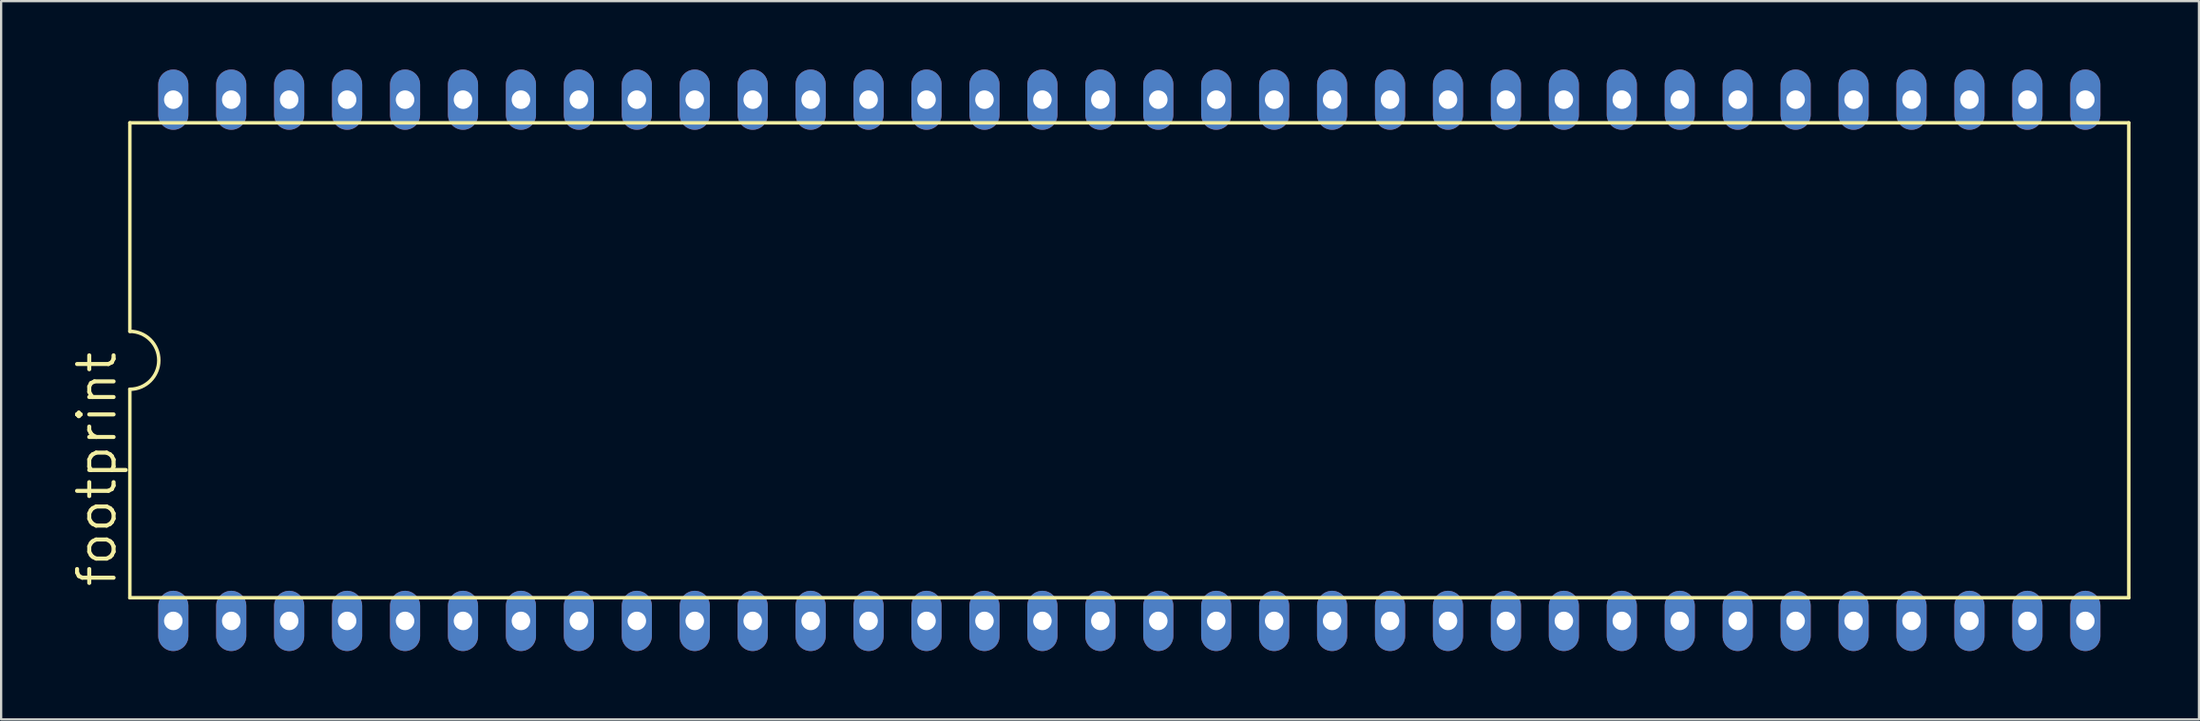
<source format=kicad_pcb>
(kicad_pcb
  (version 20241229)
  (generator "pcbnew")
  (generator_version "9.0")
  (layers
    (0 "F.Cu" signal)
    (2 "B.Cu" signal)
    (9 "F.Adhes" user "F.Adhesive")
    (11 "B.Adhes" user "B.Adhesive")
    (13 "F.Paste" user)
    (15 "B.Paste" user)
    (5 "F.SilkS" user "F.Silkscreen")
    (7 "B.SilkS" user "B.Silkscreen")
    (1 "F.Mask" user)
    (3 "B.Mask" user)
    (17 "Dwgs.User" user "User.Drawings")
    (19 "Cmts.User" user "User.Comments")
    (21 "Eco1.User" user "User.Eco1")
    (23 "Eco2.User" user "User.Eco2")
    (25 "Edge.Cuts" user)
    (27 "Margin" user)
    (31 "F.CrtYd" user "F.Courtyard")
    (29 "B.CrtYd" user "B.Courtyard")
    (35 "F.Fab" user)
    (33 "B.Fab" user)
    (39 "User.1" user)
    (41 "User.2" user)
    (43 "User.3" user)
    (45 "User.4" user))
  (footprint "footprint"
    (layer "F.Cu")
    (at 46.457 12.751)
    (property "Reference" "footprint" (at -44.323 10.033 90) (layer "F.SilkS") (effects (font (size 1.6 1.6) (thickness 0.178)) (justify left bottom)))
    (fp_line (start -43.815 -10.414) (end -43.815 -1.27) (stroke (width 0.152) (type solid)) (layer "F.SilkS"))
    (fp_line (start -43.815 -10.414) (end 43.815 -10.414) (stroke (width 0.152) (type solid)) (layer "F.SilkS"))
    (fp_line (start -43.815 1.27) (end -43.815 10.414) (stroke (width 0.152) (type solid)) (layer "F.SilkS"))
    (fp_line (start -43.815 10.414) (end 43.815 10.414) (stroke (width 0.152) (type solid)) (layer "F.SilkS"))
    (fp_line (start 43.815 10.414) (end 43.815 -10.414) (stroke (width 0.152) (type solid)) (layer "F.SilkS"))
    (fp_arc (start -43.815 -1.27) (mid -42.545 0) (end -43.815 1.27) (stroke (width 0.1524) (type solid)) (layer "F.SilkS"))
    (pad "1" thru_hole oval (at -41.91 11.43 90) (size 2.642 1.321) (drill 0.813) (layers "*.Cu" "*.Mask"))
    (pad "2" thru_hole oval (at -39.37 11.43 90) (size 2.642 1.321) (drill 0.813) (layers "*.Cu" "*.Mask"))
    (pad "3" thru_hole oval (at -36.83 11.43 90) (size 2.642 1.321) (drill 0.813) (layers "*.Cu" "*.Mask"))
    (pad "4" thru_hole oval (at -34.29 11.43 90) (size 2.642 1.321) (drill 0.813) (layers "*.Cu" "*.Mask"))
    (pad "5" thru_hole oval (at -31.75 11.43 90) (size 2.642 1.321) (drill 0.813) (layers "*.Cu" "*.Mask"))
    (pad "6" thru_hole oval (at -29.21 11.43 90) (size 2.642 1.321) (drill 0.813) (layers "*.Cu" "*.Mask"))
    (pad "7" thru_hole oval (at -26.67 11.43 90) (size 2.642 1.321) (drill 0.813) (layers "*.Cu" "*.Mask"))
    (pad "8" thru_hole oval (at -24.13 11.43 90) (size 2.642 1.321) (drill 0.813) (layers "*.Cu" "*.Mask"))
    (pad "9" thru_hole oval (at -21.59 11.43 90) (size 2.642 1.321) (drill 0.813) (layers "*.Cu" "*.Mask"))
    (pad "10" thru_hole oval (at -19.05 11.43 90) (size 2.642 1.321) (drill 0.813) (layers "*.Cu" "*.Mask"))
    (pad "11" thru_hole oval (at -16.51 11.43 90) (size 2.642 1.321) (drill 0.813) (layers "*.Cu" "*.Mask"))
    (pad "12" thru_hole oval (at -13.97 11.43 90) (size 2.642 1.321) (drill 0.813) (layers "*.Cu" "*.Mask"))
    (pad "13" thru_hole oval (at -11.43 11.43 90) (size 2.642 1.321) (drill 0.813) (layers "*.Cu" "*.Mask"))
    (pad "14" thru_hole oval (at -8.89 11.43 90) (size 2.642 1.321) (drill 0.813) (layers "*.Cu" "*.Mask"))
    (pad "15" thru_hole oval (at -6.35 11.43 90) (size 2.642 1.321) (drill 0.813) (layers "*.Cu" "*.Mask"))
    (pad "16" thru_hole oval (at -3.81 11.43 90) (size 2.642 1.321) (drill 0.813) (layers "*.Cu" "*.Mask"))
    (pad "17" thru_hole oval (at -1.27 11.43 90) (size 2.642 1.321) (drill 0.813) (layers "*.Cu" "*.Mask"))
    (pad "18" thru_hole oval (at 1.27 11.43 90) (size 2.642 1.321) (drill 0.813) (layers "*.Cu" "*.Mask"))
    (pad "19" thru_hole oval (at 3.81 11.43 90) (size 2.642 1.321) (drill 0.813) (layers "*.Cu" "*.Mask"))
    (pad "20" thru_hole oval (at 6.35 11.43 90) (size 2.642 1.321) (drill 0.813) (layers "*.Cu" "*.Mask"))
    (pad "21" thru_hole oval (at 8.89 11.43 90) (size 2.642 1.321) (drill 0.813) (layers "*.Cu" "*.Mask"))
    (pad "22" thru_hole oval (at 11.43 11.43 90) (size 2.642 1.321) (drill 0.813) (layers "*.Cu" "*.Mask"))
    (pad "23" thru_hole oval (at 13.97 11.43 90) (size 2.642 1.321) (drill 0.813) (layers "*.Cu" "*.Mask"))
    (pad "24" thru_hole oval (at 16.51 11.43 90) (size 2.642 1.321) (drill 0.813) (layers "*.Cu" "*.Mask"))
    (pad "25" thru_hole oval (at 19.05 11.43 90) (size 2.642 1.321) (drill 0.813) (layers "*.Cu" "*.Mask"))
    (pad "26" thru_hole oval (at 21.59 11.43 90) (size 2.642 1.321) (drill 0.813) (layers "*.Cu" "*.Mask"))
    (pad "27" thru_hole oval (at 24.13 11.43 90) (size 2.642 1.321) (drill 0.813) (layers "*.Cu" "*.Mask"))
    (pad "28" thru_hole oval (at 26.67 11.43 90) (size 2.642 1.321) (drill 0.813) (layers "*.Cu" "*.Mask"))
    (pad "29" thru_hole oval (at 29.21 11.43 90) (size 2.642 1.321) (drill 0.813) (layers "*.Cu" "*.Mask"))
    (pad "30" thru_hole oval (at 31.75 11.43 90) (size 2.642 1.321) (drill 0.813) (layers "*.Cu" "*.Mask"))
    (pad "31" thru_hole oval (at 34.29 11.43 90) (size 2.642 1.321) (drill 0.813) (layers "*.Cu" "*.Mask"))
    (pad "32" thru_hole oval (at 36.83 11.43 90) (size 2.642 1.321) (drill 0.813) (layers "*.Cu" "*.Mask"))
    (pad "33" thru_hole oval (at 39.37 11.43 90) (size 2.642 1.321) (drill 0.813) (layers "*.Cu" "*.Mask"))
    (pad "34" thru_hole oval (at 41.91 11.43 90) (size 2.642 1.321) (drill 0.813) (layers "*.Cu" "*.Mask"))
    (pad "35" thru_hole oval (at 41.91 -11.43 90) (size 2.642 1.321) (drill 0.813) (layers "*.Cu" "*.Mask"))
    (pad "36" thru_hole oval (at 39.37 -11.43 90) (size 2.642 1.321) (drill 0.813) (layers "*.Cu" "*.Mask"))
    (pad "37" thru_hole oval (at 36.83 -11.43 90) (size 2.642 1.321) (drill 0.813) (layers "*.Cu" "*.Mask"))
    (pad "38" thru_hole oval (at 34.29 -11.43 90) (size 2.642 1.321) (drill 0.813) (layers "*.Cu" "*.Mask"))
    (pad "39" thru_hole oval (at 31.75 -11.43 90) (size 2.642 1.321) (drill 0.813) (layers "*.Cu" "*.Mask"))
    (pad "40" thru_hole oval (at 29.21 -11.43 90) (size 2.642 1.321) (drill 0.813) (layers "*.Cu" "*.Mask"))
    (pad "41" thru_hole oval (at 26.67 -11.43 90) (size 2.642 1.321) (drill 0.813) (layers "*.Cu" "*.Mask"))
    (pad "42" thru_hole oval (at 24.13 -11.43 90) (size 2.642 1.321) (drill 0.813) (layers "*.Cu" "*.Mask"))
    (pad "43" thru_hole oval (at 21.59 -11.43 90) (size 2.642 1.321) (drill 0.813) (layers "*.Cu" "*.Mask"))
    (pad "44" thru_hole oval (at 19.05 -11.43 90) (size 2.642 1.321) (drill 0.813) (layers "*.Cu" "*.Mask"))
    (pad "45" thru_hole oval (at 16.51 -11.43 90) (size 2.642 1.321) (drill 0.813) (layers "*.Cu" "*.Mask"))
    (pad "46" thru_hole oval (at 13.97 -11.43 90) (size 2.642 1.321) (drill 0.813) (layers "*.Cu" "*.Mask"))
    (pad "47" thru_hole oval (at 11.43 -11.43 90) (size 2.642 1.321) (drill 0.813) (layers "*.Cu" "*.Mask"))
    (pad "48" thru_hole oval (at 8.89 -11.43 90) (size 2.642 1.321) (drill 0.813) (layers "*.Cu" "*.Mask"))
    (pad "49" thru_hole oval (at 6.35 -11.43 90) (size 2.642 1.321) (drill 0.813) (layers "*.Cu" "*.Mask"))
    (pad "50" thru_hole oval (at 3.81 -11.43 90) (size 2.642 1.321) (drill 0.813) (layers "*.Cu" "*.Mask"))
    (pad "51" thru_hole oval (at 1.27 -11.43 90) (size 2.642 1.321) (drill 0.813) (layers "*.Cu" "*.Mask"))
    (pad "52" thru_hole oval (at -1.27 -11.43 90) (size 2.642 1.321) (drill 0.813) (layers "*.Cu" "*.Mask"))
    (pad "53" thru_hole oval (at -3.81 -11.43 90) (size 2.642 1.321) (drill 0.813) (layers "*.Cu" "*.Mask"))
    (pad "54" thru_hole oval (at -6.35 -11.43 90) (size 2.642 1.321) (drill 0.813) (layers "*.Cu" "*.Mask"))
    (pad "55" thru_hole oval (at -8.89 -11.43 90) (size 2.642 1.321) (drill 0.813) (layers "*.Cu" "*.Mask"))
    (pad "56" thru_hole oval (at -11.43 -11.43 90) (size 2.642 1.321) (drill 0.813) (layers "*.Cu" "*.Mask"))
    (pad "57" thru_hole oval (at -13.97 -11.43 90) (size 2.642 1.321) (drill 0.813) (layers "*.Cu" "*.Mask"))
    (pad "58" thru_hole oval (at -16.51 -11.43 90) (size 2.642 1.321) (drill 0.813) (layers "*.Cu" "*.Mask"))
    (pad "59" thru_hole oval (at -19.05 -11.43 90) (size 2.642 1.321) (drill 0.813) (layers "*.Cu" "*.Mask"))
    (pad "60" thru_hole oval (at -21.59 -11.43 90) (size 2.642 1.321) (drill 0.813) (layers "*.Cu" "*.Mask"))
    (pad "61" thru_hole oval (at -24.13 -11.43 90) (size 2.642 1.321) (drill 0.813) (layers "*.Cu" "*.Mask"))
    (pad "62" thru_hole oval (at -26.67 -11.43 90) (size 2.642 1.321) (drill 0.813) (layers "*.Cu" "*.Mask"))
    (pad "63" thru_hole oval (at -29.21 -11.43 90) (size 2.642 1.321) (drill 0.813) (layers "*.Cu" "*.Mask"))
    (pad "64" thru_hole oval (at -31.75 -11.43 90) (size 2.642 1.321) (drill 0.813) (layers "*.Cu" "*.Mask"))
    (pad "65" thru_hole oval (at -34.29 -11.43 90) (size 2.642 1.321) (drill 0.813) (layers "*.Cu" "*.Mask"))
    (pad "66" thru_hole oval (at -36.83 -11.43 90) (size 2.642 1.321) (drill 0.813) (layers "*.Cu" "*.Mask"))
    (pad "67" thru_hole oval (at -39.37 -11.43 90) (size 2.642 1.321) (drill 0.813) (layers "*.Cu" "*.Mask"))
    (pad "68" thru_hole oval (at -41.91 -11.43 90) (size 2.642 1.321) (drill 0.813) (layers "*.Cu" "*.Mask")))
  (gr_rect
    (start -3 -3)
    (end 93.348 28.502)
    (stroke (width 0.1) (type default))
    (fill no)
    (layer "Edge.Cuts")))
</source>
